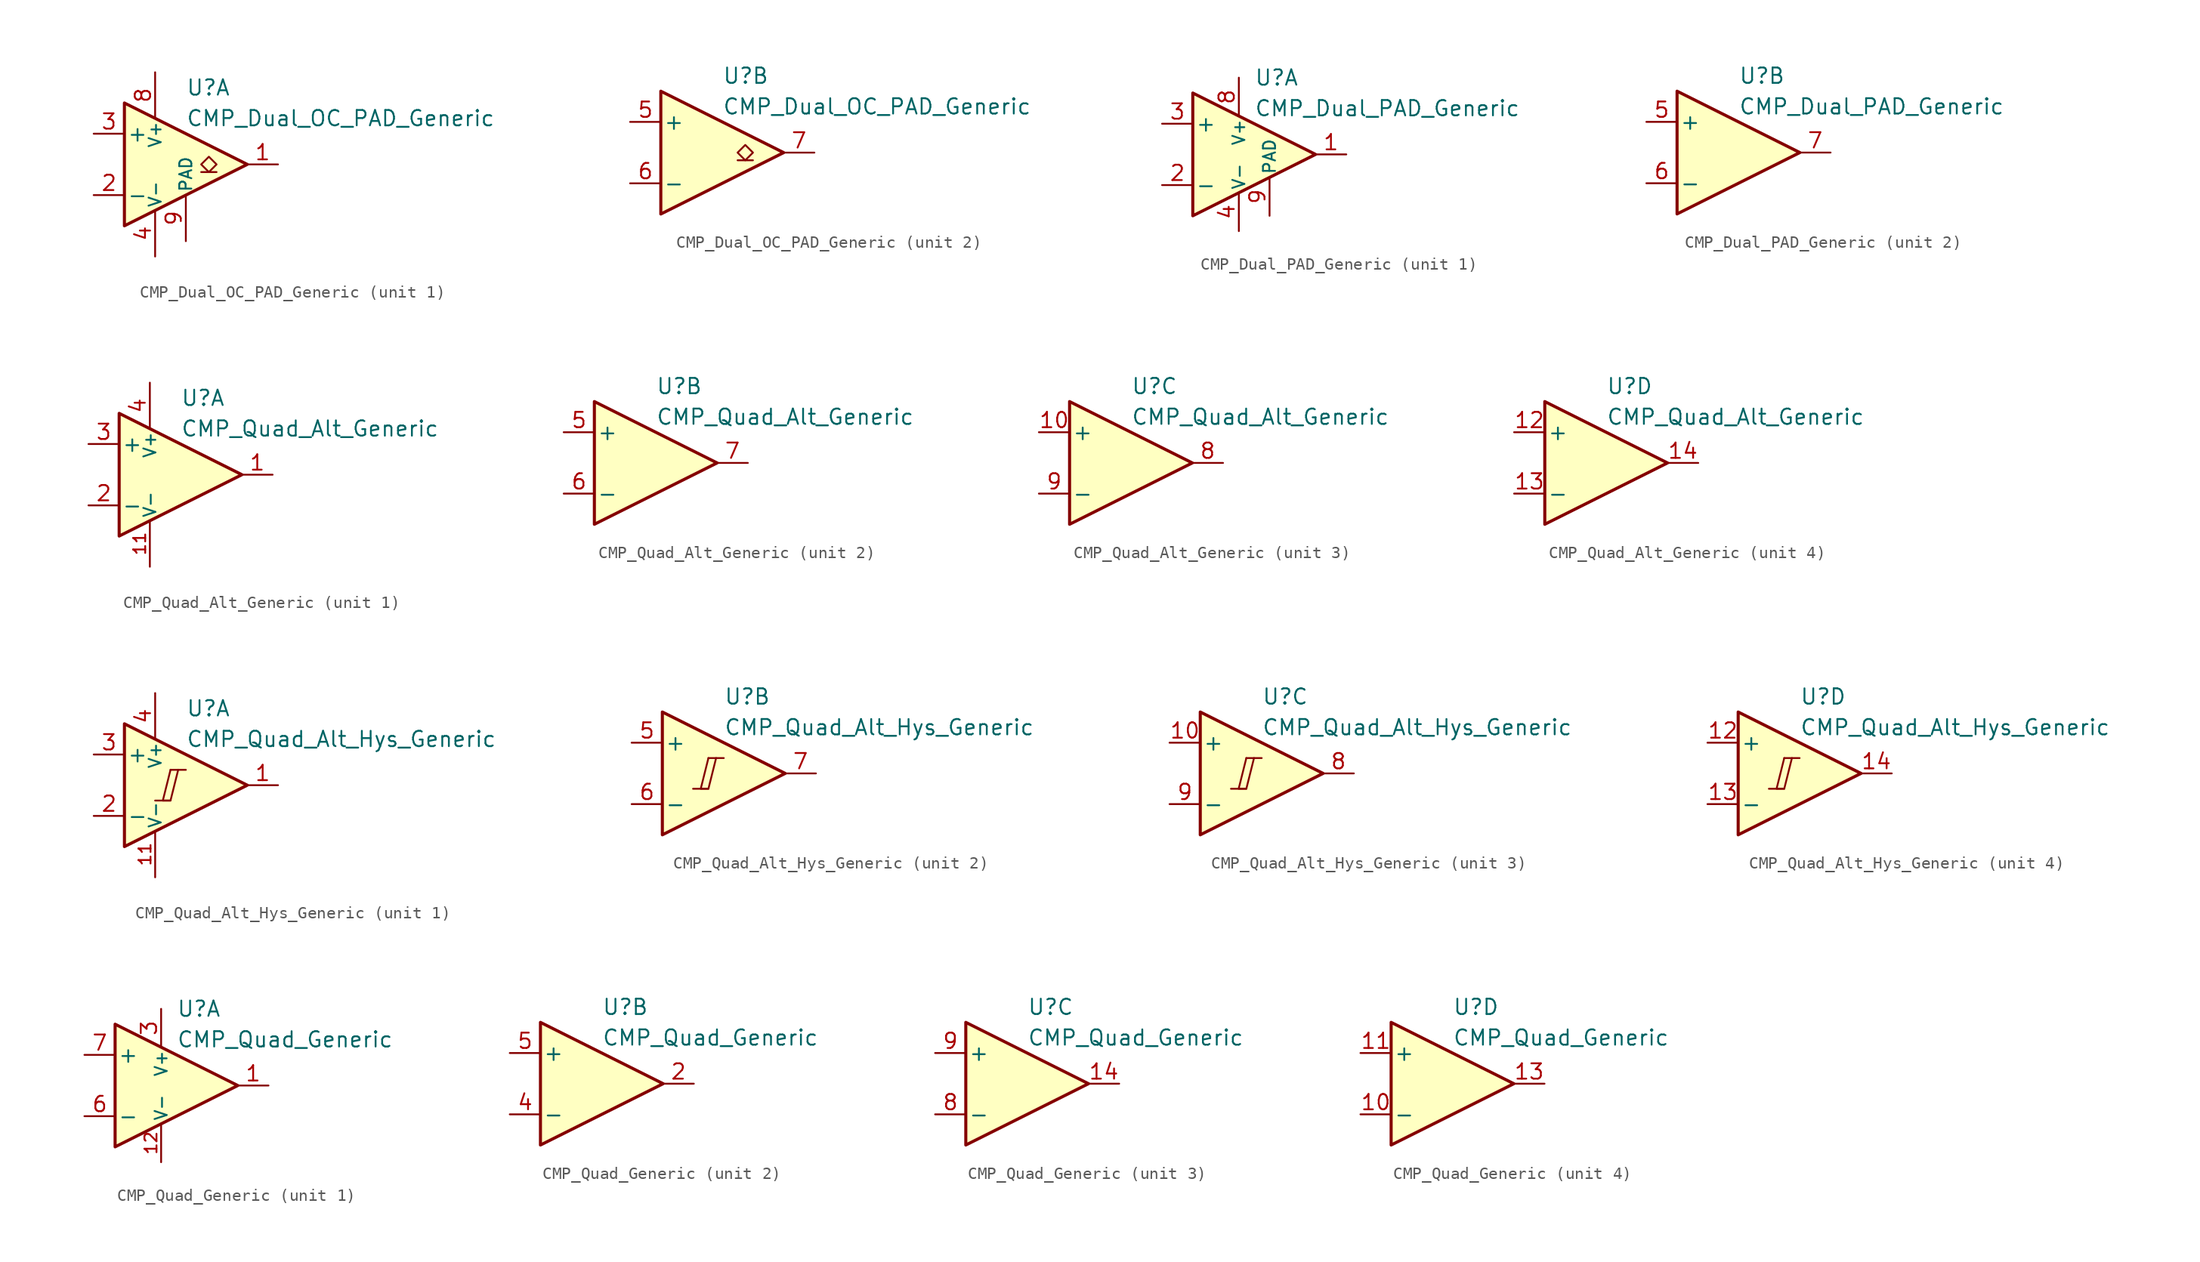
<source format=kicad_sym>
(kicad_symbol_lib
  (version 20211014)
  (generator kicad_symbol_editor)
  (symbol "CMP_Dual_OC_PAD_Generic"
    (pin_names
      (offset 0.2))
    (property "Reference" "U"
      (at 1.27 6.35 0)
      (effects (font (size 1.27 1.27)) (justify left)))
    (property "Value" "CMP_Dual_OC_PAD_Generic"
      (at 1.27 3.81 0)
      (effects (font (size 1.27 1.27)) (justify left)))
    (property "ki_locked" ""
      (at 0 0 0)
      (effects (font (size 1.27 1.27))))
    (symbol "CMP_Dual_OC_PAD_Generic_0_1"
      (polyline (pts (xy -3.81 5.08) (xy -3.81 -5.08) (xy 6.35 0) (xy -3.81 5.08)) (stroke (width 0.254) (type default) (color 0 0 0 0)) (fill (type background))))
    (symbol "CMP_Dual_OC_PAD_Generic_1_1"
      (polyline (pts (xy 3.81 -0.635) (xy 2.54 -0.635)) (stroke (width 0.152) (type default) (color 0 0 0 0)) (fill (type none)))
      (polyline (pts (xy 3.175 -0.635) (xy 2.54 0) (xy 3.175 0.635) (xy 3.81 0) (xy 3.175 -0.635)) (stroke (width 0.152) (type default) (color 0 0 0 0)) (fill (type none)))
      (pin open_collector line (at 8.89 0 180) (length 2.54) (name "~" (effects (font (size 1.27 1.27)))) (number "1" (effects (font (size 1.27 1.27)))))
      (pin input line (at -6.35 -2.54 0) (length 2.54) (name "-" (effects (font (size 1.27 1.27)))) (number "2" (effects (font (size 1.27 1.27)))))
      (pin input line (at -6.35 2.54 0) (length 2.54) (name "+" (effects (font (size 1.27 1.27)))) (number "3" (effects (font (size 1.27 1.27)))))
      (pin power_in line (at -1.27 -7.62 90) (length 3.81) (name "V-" (effects (font (size 1 1)))) (number "4" (effects (font (size 1.27 1.27)))))
      (pin power_in line (at -1.27 7.62 270) (length 3.81) (name "V+" (effects (font (size 1 1)))) (number "8" (effects (font (size 1.27 1.27)))))
      (pin power_in line (at 1.27 -6.35 90) (length 3.81) (name "PAD" (effects (font (size 1 1)))) (number "9" (effects (font (size 1.27 1.27))))))
    (symbol "CMP_Dual_OC_PAD_Generic_2_1"
      (polyline (pts (xy 3.81 -0.635) (xy 2.54 -0.635)) (stroke (width 0.152) (type default) (color 0 0 0 0)) (fill (type none)))
      (polyline (pts (xy 3.175 -0.635) (xy 2.54 0) (xy 3.175 0.635) (xy 3.81 0) (xy 3.175 -0.635)) (stroke (width 0.152) (type default) (color 0 0 0 0)) (fill (type none)))
      (pin input line (at -6.35 2.54 0) (length 2.54) (name "+" (effects (font (size 1.27 1.27)))) (number "5" (effects (font (size 1.27 1.27)))))
      (pin input line (at -6.35 -2.54 0) (length 2.54) (name "-" (effects (font (size 1.27 1.27)))) (number "6" (effects (font (size 1.27 1.27)))))
      (pin open_collector line (at 8.89 0 180) (length 2.54) (name "~" (effects (font (size 1.27 1.27)))) (number "7" (effects (font (size 1.27 1.27)))))))
  (symbol "CMP_Dual_PAD_Generic"
    (pin_names
      (offset 0.2))
    (property "Reference" "U"
      (at 1.27 6.35 0)
      (effects (font (size 1.27 1.27)) (justify left)))
    (property "Value" "CMP_Dual_PAD_Generic"
      (at 1.27 3.81 0)
      (effects (font (size 1.27 1.27)) (justify left)))
    (property "ki_locked" ""
      (at 0 0 0)
      (effects (font (size 1.27 1.27))))
    (symbol "CMP_Dual_PAD_Generic_0_1"
      (polyline (pts (xy -3.81 5.08) (xy -3.81 -5.08) (xy 6.35 0) (xy -3.81 5.08)) (stroke (width 0.254) (type default) (color 0 0 0 0)) (fill (type background))))
    (symbol "CMP_Dual_PAD_Generic_1_1"
      (pin output line (at 8.89 0 180) (length 2.54) (name "~" (effects (font (size 1.27 1.27)))) (number "1" (effects (font (size 1.27 1.27)))))
      (pin input line (at -6.35 -2.54 0) (length 2.54) (name "-" (effects (font (size 1.27 1.27)))) (number "2" (effects (font (size 1.27 1.27)))))
      (pin input line (at -6.35 2.54 0) (length 2.54) (name "+" (effects (font (size 1.27 1.27)))) (number "3" (effects (font (size 1.27 1.27)))))
      (pin power_in line (at 0 -6.35 90) (length 3.18) (name "V-" (effects (font (size 1 1)))) (number "4" (effects (font (size 1.27 1.27)))))
      (pin power_in line (at 0 6.35 270) (length 3.18) (name "V+" (effects (font (size 1 1)))) (number "8" (effects (font (size 1.27 1.27)))))
      (pin power_in line (at 2.54 -5.08 90) (length 3.18) (name "PAD" (effects (font (size 1 1)))) (number "9" (effects (font (size 1.27 1.27))))))
    (symbol "CMP_Dual_PAD_Generic_2_1"
      (pin input line (at -6.35 2.54 0) (length 2.54) (name "+" (effects (font (size 1.27 1.27)))) (number "5" (effects (font (size 1.27 1.27)))))
      (pin input line (at -6.35 -2.54 0) (length 2.54) (name "-" (effects (font (size 1.27 1.27)))) (number "6" (effects (font (size 1.27 1.27)))))
      (pin output line (at 8.89 0 180) (length 2.54) (name "~" (effects (font (size 1.27 1.27)))) (number "7" (effects (font (size 1.27 1.27)))))))
  (symbol "CMP_Quad_Alt_Generic"
    (pin_names
      (offset 0.2))
    (property "Reference" "U"
      (at 1.27 6.35 0)
      (effects (font (size 1.27 1.27)) (justify left)))
    (property "Value" "CMP_Quad_Alt_Generic"
      (at 1.27 3.81 0)
      (effects (font (size 1.27 1.27)) (justify left)))
    (property "ki_locked" ""
      (at 0 0 0)
      (effects (font (size 1.27 1.27))))
    (symbol "CMP_Quad_Alt_Generic_0_1"
      (polyline (pts (xy -3.81 5.08) (xy -3.81 -5.08) (xy 6.35 0) (xy -3.81 5.08)) (stroke (width 0.254) (type default) (color 0 0 0 0)) (fill (type background))))
    (symbol "CMP_Quad_Alt_Generic_1_1"
      (pin output line (at 8.89 0 180) (length 2.54) (name "~" (effects (font (size 1.27 1.27)))) (number "1" (effects (font (size 1.27 1.27)))))
      (pin power_in line (at -1.27 -7.62 90) (length 3.81) (name "V-" (effects (font (size 1 1)))) (number "11" (effects (font (size 1 1)))))
      (pin input line (at -6.35 -2.54 0) (length 2.54) (name "-" (effects (font (size 1.27 1.27)))) (number "2" (effects (font (size 1.27 1.27)))))
      (pin input line (at -6.35 2.54 0) (length 2.54) (name "+" (effects (font (size 1.27 1.27)))) (number "3" (effects (font (size 1.27 1.27)))))
      (pin power_in line (at -1.27 7.62 270) (length 3.81) (name "V+" (effects (font (size 1 1)))) (number "4" (effects (font (size 1.27 1.27))))))
    (symbol "CMP_Quad_Alt_Generic_2_1"
      (pin input line (at -6.35 2.54 0) (length 2.54) (name "+" (effects (font (size 1.27 1.27)))) (number "5" (effects (font (size 1.27 1.27)))))
      (pin input line (at -6.35 -2.54 0) (length 2.54) (name "-" (effects (font (size 1.27 1.27)))) (number "6" (effects (font (size 1.27 1.27)))))
      (pin output line (at 8.89 0 180) (length 2.54) (name "~" (effects (font (size 1.27 1.27)))) (number "7" (effects (font (size 1.27 1.27))))))
    (symbol "CMP_Quad_Alt_Generic_3_1"
      (pin input line (at -6.35 2.54 0) (length 2.54) (name "+" (effects (font (size 1.27 1.27)))) (number "10" (effects (font (size 1.27 1.27)))))
      (pin output line (at 8.89 0 180) (length 2.54) (name "~" (effects (font (size 1.27 1.27)))) (number "8" (effects (font (size 1.27 1.27)))))
      (pin input line (at -6.35 -2.54 0) (length 2.54) (name "-" (effects (font (size 1.27 1.27)))) (number "9" (effects (font (size 1.27 1.27))))))
    (symbol "CMP_Quad_Alt_Generic_4_1"
      (pin input line (at -6.35 2.54 0) (length 2.54) (name "+" (effects (font (size 1.27 1.27)))) (number "12" (effects (font (size 1.27 1.27)))))
      (pin input line (at -6.35 -2.54 0) (length 2.54) (name "-" (effects (font (size 1.27 1.27)))) (number "13" (effects (font (size 1.27 1.27)))))
      (pin output line (at 8.89 0 180) (length 2.54) (name "~" (effects (font (size 1.27 1.27)))) (number "14" (effects (font (size 1.27 1.27)))))))
  (symbol "CMP_Quad_Alt_Hys_Generic"
    (pin_names
      (offset 0.2))
    (property "Reference" "U"
      (at 1.27 6.35 0)
      (effects (font (size 1.27 1.27)) (justify left)))
    (property "Value" "CMP_Quad_Alt_Hys_Generic"
      (at 1.27 3.81 0)
      (effects (font (size 1.27 1.27)) (justify left)))
    (property "ki_locked" ""
      (at 0 0 0)
      (effects (font (size 1.27 1.27))))
    (symbol "CMP_Quad_Alt_Hys_Generic_0_0"
      (polyline (pts (xy -1.27 -1.27) (xy 0 -1.27)) (stroke (width 0.152) (type default) (color 0 0 0 0)) (fill (type none)))
      (polyline (pts (xy 0 1.27) (xy 1.27 1.27)) (stroke (width 0.152) (type default) (color 0 0 0 0)) (fill (type none)))
      (polyline (pts (xy 0 1.27) (xy -0.635 -1.27) (xy 0 -1.27) (xy 0.635 1.27)) (stroke (width 0.152) (type default) (color 0 0 0 0)) (fill (type none))))
    (symbol "CMP_Quad_Alt_Hys_Generic_0_1"
      (polyline (pts (xy -3.81 5.08) (xy -3.81 -5.08) (xy 6.35 0) (xy -3.81 5.08)) (stroke (width 0.254) (type default) (color 0 0 0 0)) (fill (type background))))
    (symbol "CMP_Quad_Alt_Hys_Generic_1_1"
      (pin output line (at 8.89 0 180) (length 2.54) (name "~" (effects (font (size 1.27 1.27)))) (number "1" (effects (font (size 1.27 1.27)))))
      (pin power_in line (at -1.27 -7.62 90) (length 3.81) (name "V-" (effects (font (size 1 1)))) (number "11" (effects (font (size 1 1)))))
      (pin input line (at -6.35 -2.54 0) (length 2.54) (name "-" (effects (font (size 1.27 1.27)))) (number "2" (effects (font (size 1.27 1.27)))))
      (pin input line (at -6.35 2.54 0) (length 2.54) (name "+" (effects (font (size 1.27 1.27)))) (number "3" (effects (font (size 1.27 1.27)))))
      (pin power_in line (at -1.27 7.62 270) (length 3.81) (name "V+" (effects (font (size 1 1)))) (number "4" (effects (font (size 1.27 1.27))))))
    (symbol "CMP_Quad_Alt_Hys_Generic_2_1"
      (pin input line (at -6.35 2.54 0) (length 2.54) (name "+" (effects (font (size 1.27 1.27)))) (number "5" (effects (font (size 1.27 1.27)))))
      (pin input line (at -6.35 -2.54 0) (length 2.54) (name "-" (effects (font (size 1.27 1.27)))) (number "6" (effects (font (size 1.27 1.27)))))
      (pin output line (at 8.89 0 180) (length 2.54) (name "~" (effects (font (size 1.27 1.27)))) (number "7" (effects (font (size 1.27 1.27))))))
    (symbol "CMP_Quad_Alt_Hys_Generic_3_1"
      (pin input line (at -6.35 2.54 0) (length 2.54) (name "+" (effects (font (size 1.27 1.27)))) (number "10" (effects (font (size 1.27 1.27)))))
      (pin output line (at 8.89 0 180) (length 2.54) (name "~" (effects (font (size 1.27 1.27)))) (number "8" (effects (font (size 1.27 1.27)))))
      (pin input line (at -6.35 -2.54 0) (length 2.54) (name "-" (effects (font (size 1.27 1.27)))) (number "9" (effects (font (size 1.27 1.27))))))
    (symbol "CMP_Quad_Alt_Hys_Generic_4_1"
      (pin input line (at -6.35 2.54 0) (length 2.54) (name "+" (effects (font (size 1.27 1.27)))) (number "12" (effects (font (size 1.27 1.27)))))
      (pin input line (at -6.35 -2.54 0) (length 2.54) (name "-" (effects (font (size 1.27 1.27)))) (number "13" (effects (font (size 1.27 1.27)))))
      (pin output line (at 8.89 0 180) (length 2.54) (name "~" (effects (font (size 1.27 1.27)))) (number "14" (effects (font (size 1.27 1.27)))))))
  (symbol "CMP_Quad_Generic"
    (pin_names
      (offset 0.2))
    (property "Reference" "U"
      (at 1.27 6.35 0)
      (effects (font (size 1.27 1.27)) (justify left)))
    (property "Value" "CMP_Quad_Generic"
      (at 1.27 3.81 0)
      (effects (font (size 1.27 1.27)) (justify left)))
    (property "ki_locked" ""
      (at 0 0 0)
      (effects (font (size 1.27 1.27))))
    (symbol "CMP_Quad_Generic_0_1"
      (polyline (pts (xy -3.81 5.08) (xy -3.81 -5.08) (xy 6.35 0) (xy -3.81 5.08)) (stroke (width 0.254) (type default) (color 0 0 0 0)) (fill (type background))))
    (symbol "CMP_Quad_Generic_1_1"
      (pin output line (at 8.89 0 180) (length 2.54) (name "~" (effects (font (size 1.27 1.27)))) (number "1" (effects (font (size 1.27 1.27)))))
      (pin power_in line (at 0 -6.35 90) (length 3.18) (name "V-" (effects (font (size 1 1)))) (number "12" (effects (font (size 1 1)))))
      (pin power_in line (at 0 6.35 270) (length 3.18) (name "V+" (effects (font (size 1 1)))) (number "3" (effects (font (size 1.27 1.27)))))
      (pin input line (at -6.35 -2.54 0) (length 2.54) (name "-" (effects (font (size 1.27 1.27)))) (number "6" (effects (font (size 1.27 1.27)))))
      (pin input line (at -6.35 2.54 0) (length 2.54) (name "+" (effects (font (size 1.27 1.27)))) (number "7" (effects (font (size 1.27 1.27))))))
    (symbol "CMP_Quad_Generic_2_1"
      (pin output line (at 8.89 0 180) (length 2.54) (name "~" (effects (font (size 1.27 1.27)))) (number "2" (effects (font (size 1.27 1.27)))))
      (pin input line (at -6.35 -2.54 0) (length 2.54) (name "-" (effects (font (size 1.27 1.27)))) (number "4" (effects (font (size 1.27 1.27)))))
      (pin input line (at -6.35 2.54 0) (length 2.54) (name "+" (effects (font (size 1.27 1.27)))) (number "5" (effects (font (size 1.27 1.27))))))
    (symbol "CMP_Quad_Generic_3_1"
      (pin output line (at 8.89 0 180) (length 2.54) (name "~" (effects (font (size 1.27 1.27)))) (number "14" (effects (font (size 1.27 1.27)))))
      (pin input line (at -6.35 -2.54 0) (length 2.54) (name "-" (effects (font (size 1.27 1.27)))) (number "8" (effects (font (size 1.27 1.27)))))
      (pin input line (at -6.35 2.54 0) (length 2.54) (name "+" (effects (font (size 1.27 1.27)))) (number "9" (effects (font (size 1.27 1.27))))))
    (symbol "CMP_Quad_Generic_4_1"
      (pin input line (at -6.35 -2.54 0) (length 2.54) (name "-" (effects (font (size 1.27 1.27)))) (number "10" (effects (font (size 1.27 1.27)))))
      (pin input line (at -6.35 2.54 0) (length 2.54) (name "+" (effects (font (size 1.27 1.27)))) (number "11" (effects (font (size 1.27 1.27)))))
      (pin output line (at 8.89 0 180) (length 2.54) (name "~" (effects (font (size 1.27 1.27)))) (number "13" (effects (font (size 1.27 1.27))))))))
</source>
